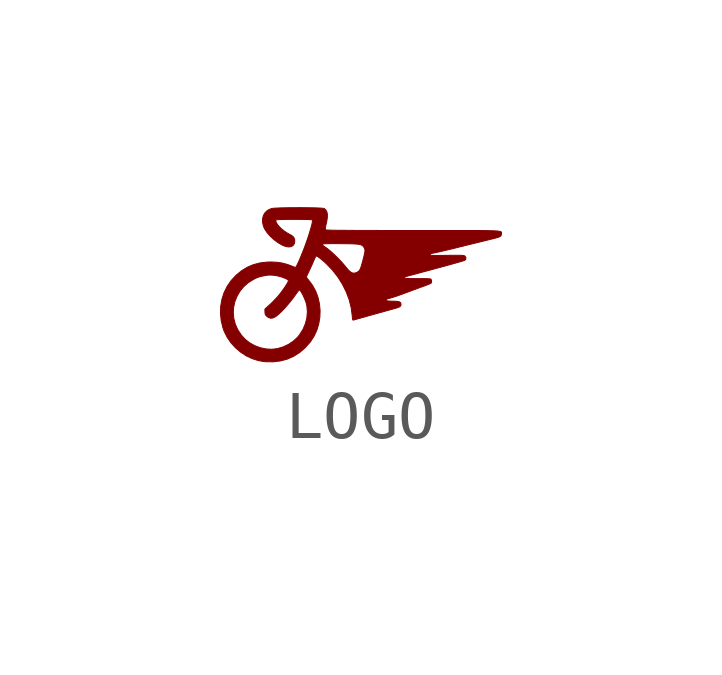
<source format=kicad_sym>
(kicad_symbol_lib
  (version 20210619)
  (generator bitmap2component)
  (symbol "LOGO"
    (pin_names
      (offset 1.016))
    (property "Reference" "#G"
      (at 0 5.305 0)
      (effects (font (size 1.27 1.27)) hide))
    (symbol "LOGO_0_0"
      (polyline (pts (xy -1.542 -1.363) (xy -1.4 -1.325) (xy -1.268 -1.267) (xy -1.144 -1.189) (xy -1.03 -1.091) (xy -0.925 -0.974) (xy -0.919 -0.966) (xy -0.843 -0.85) (xy -0.784 -0.724) (xy -0.744 -0.591) (xy -0.721 -0.454) (xy -0.716 -0.315) (xy -0.729 -0.176) (xy -0.759 -0.041) (xy -0.807 0.089) (xy -0.873 0.21) (xy -0.956 0.321) (xy -0.977 0.345) (xy -0.994 0.37) (xy -1.001 0.384) (xy -1 0.388) (xy -0.992 0.409) (xy -0.978 0.442) (xy -0.958 0.482) (xy -0.943 0.512) (xy -0.917 0.568) (xy -0.889 0.629) (xy -0.864 0.688) (xy -0.844 0.734) (xy -0.825 0.775) (xy -0.811 0.805) (xy -0.803 0.818) (xy -0.8 0.82) (xy -0.786 0.82) (xy -0.764 0.808) (xy -0.731 0.785) (xy -0.686 0.749) (xy -0.627 0.699) (xy -0.58 0.655) (xy -0.456 0.525) (xy -0.345 0.383) (xy -0.25 0.231) (xy -0.171 0.072) (xy -0.11 -0.091) (xy -0.069 -0.256) (xy -0.047 -0.421) (xy -0.046 -0.437) (xy -0.042 -0.478) (xy -0.038 -0.501) (xy -0.032 -0.512) (xy -0.023 -0.512) (xy -0.021 -0.511) (xy 0.004 -0.505) (xy 0.045 -0.493) (xy 0.102 -0.477) (xy 0.17 -0.458) (xy 0.247 -0.436) (xy 0.33 -0.413) (xy 0.415 -0.389) (xy 0.501 -0.365) (xy 0.583 -0.342) (xy 0.66 -0.321) (xy 0.728 -0.302) (xy 0.783 -0.287) (xy 0.824 -0.275) (xy 0.847 -0.269) (xy 0.872 -0.262) (xy 0.919 -0.246) (xy 0.948 -0.23) (xy 0.964 -0.211) (xy 0.968 -0.188) (xy 0.967 -0.169) (xy 0.958 -0.149) (xy 0.94 -0.135) (xy 0.91 -0.126) (xy 0.863 -0.121) (xy 0.797 -0.119) (xy 0.761 -0.118) (xy 0.717 -0.116) (xy 0.689 -0.113) (xy 0.674 -0.109) (xy 0.667 -0.103) (xy 0.665 -0.093) (xy 0.666 -0.087) (xy 0.674 -0.076) (xy 0.694 -0.067) (xy 0.732 -0.058) (xy 0.752 -0.053) (xy 0.794 -0.04) (xy 0.851 -0.022) (xy 0.917 0.001) (xy 0.991 0.027) (xy 1.067 0.055) (xy 1.118 0.074) (xy 1.2 0.105) (xy 1.279 0.134) (xy 1.351 0.161) (xy 1.412 0.183) (xy 1.457 0.199) (xy 1.502 0.216) (xy 1.544 0.233) (xy 1.576 0.246) (xy 1.592 0.255) (xy 1.598 0.262) (xy 1.605 0.288) (xy 1.603 0.318) (xy 1.59 0.34) (xy 1.587 0.342) (xy 1.567 0.346) (xy 1.532 0.349) (xy 1.479 0.351) (xy 1.407 0.351) (xy 1.315 0.351) (xy 1.31 0.351) (xy 1.215 0.351) (xy 1.142 0.352) (xy 1.089 0.354) (xy 1.056 0.357) (xy 1.042 0.361) (xy 1.04 0.364) (xy 1.035 0.372) (xy 1.04 0.38) (xy 1.057 0.388) (xy 1.089 0.399) (xy 1.14 0.413) (xy 1.188 0.425) (xy 1.394 0.481) (xy 1.578 0.53) (xy 1.742 0.575) (xy 1.884 0.613) (xy 2.005 0.647) (xy 2.105 0.675) (xy 2.184 0.697) (xy 2.243 0.715) (xy 2.28 0.726) (xy 2.296 0.733) (xy 2.3 0.735) (xy 2.318 0.761) (xy 2.318 0.791) (xy 2.3 0.819) (xy 2.292 0.824) (xy 2.282 0.829) (xy 2.267 0.832) (xy 2.243 0.834) (xy 2.21 0.836) (xy 2.164 0.836) (xy 2.104 0.836) (xy 2.026 0.836) (xy 1.928 0.835) (xy 1.868 0.834) (xy 1.783 0.833) (xy 1.717 0.833) (xy 1.667 0.833) (xy 1.63 0.834) (xy 1.606 0.835) (xy 1.59 0.838) (xy 1.582 0.842) (xy 1.579 0.847) (xy 1.579 0.853) (xy 1.579 0.858) (xy 1.585 0.869) (xy 1.604 0.876) (xy 1.639 0.882) (xy 1.656 0.885) (xy 1.694 0.893) (xy 1.75 0.905) (xy 1.82 0.921) (xy 1.901 0.94) (xy 1.993 0.962) (xy 2.091 0.986) (xy 2.195 1.012) (xy 2.262 1.028) (xy 2.369 1.055) (xy 2.474 1.081) (xy 2.573 1.105) (xy 2.663 1.127) (xy 2.741 1.146) (xy 2.804 1.162) (xy 2.849 1.173) (xy 2.912 1.188) (xy 2.968 1.204) (xy 3.008 1.217) (xy 3.034 1.23) (xy 3.049 1.244) (xy 3.056 1.261) (xy 3.058 1.281) (xy 3.058 1.283) (xy 3.059 1.292) (xy 3.06 1.3) (xy 3.061 1.308) (xy 3.06 1.315) (xy 3.056 1.321) (xy 3.049 1.326) (xy 3.037 1.331) (xy 3.02 1.335) (xy 2.997 1.339) (xy 2.966 1.342) (xy 2.926 1.344) (xy 2.878 1.347) (xy 2.819 1.348) (xy 2.748 1.35) (xy 2.666 1.351) (xy 2.57 1.352) (xy 2.46 1.352) (xy 2.334 1.353) (xy 2.193 1.353) (xy 2.034 1.353) (xy 1.857 1.353) (xy 1.662 1.353) (xy 0.912 1.353) (xy 0.697 1.353) (xy 0.503 1.353) (xy 0.327 1.354) (xy 0.17 1.354) (xy 0.031 1.354) (xy -0.092 1.355) (xy -0.2 1.356) (xy -0.292 1.356) (xy -0.371 1.357) (xy -0.436 1.358) (xy -0.489 1.359) (xy -0.531 1.361) (xy -0.563 1.362) (xy -0.585 1.363) (xy -0.598 1.365) (xy -0.603 1.367) (xy -0.606 1.375) (xy -0.607 1.398) (xy -0.601 1.437) (xy -0.588 1.495) (xy -0.577 1.544) (xy -0.565 1.623) (xy -0.564 1.687) (xy -0.574 1.738) (xy -0.596 1.778) (xy -0.63 1.81) (xy -0.644 1.813) (xy -0.678 1.817) (xy -0.729 1.82) (xy -0.794 1.823) (xy -0.871 1.825) (xy -0.957 1.826) (xy -1.049 1.827) (xy -1.145 1.828) (xy -1.241 1.827) (xy -1.336 1.827) (xy -1.427 1.825) (xy -1.51 1.824) (xy -1.584 1.821) (xy -1.645 1.818) (xy -1.691 1.815) (xy -1.72 1.811) (xy -1.742 1.804) (xy -1.808 1.773) (xy -1.859 1.727) (xy -1.894 1.669) (xy -1.913 1.6) (xy -1.914 1.525) (xy -1.896 1.444) (xy -1.869 1.383) (xy -1.819 1.308) (xy -1.754 1.234) (xy -1.677 1.163) (xy -1.591 1.099) (xy -1.499 1.046) (xy -1.488 1.041) (xy -1.422 1.017) (xy -1.363 1.01) (xy -1.314 1.018) (xy -1.276 1.042) (xy -1.252 1.079) (xy -1.243 1.131) (xy -1.247 1.171) (xy -1.264 1.21) (xy -1.296 1.242) (xy -1.348 1.271) (xy -1.402 1.301) (xy -1.46 1.339) (xy -1.514 1.382) (xy -1.561 1.427) (xy -1.599 1.471) (xy -1.625 1.512) (xy -1.638 1.546) (xy -1.634 1.573) (xy -1.623 1.575) (xy -1.593 1.578) (xy -1.547 1.58) (xy -1.488 1.582) (xy -1.419 1.583) (xy -1.344 1.584) (xy -1.265 1.584) (xy -1.186 1.584) (xy -1.11 1.583) (xy -1.04 1.583) (xy -0.979 1.581) (xy -0.93 1.579) (xy -0.896 1.577) (xy -0.881 1.574) (xy -0.876 1.566) (xy -0.875 1.545) (xy -0.88 1.512) (xy -0.891 1.463) (xy -0.909 1.399) (xy -0.933 1.317) (xy -0.965 1.216) (xy -0.981 1.169) (xy -1.007 1.094) (xy -1.018 1.064) (xy -0.669 1.064) (xy -0.668 1.065) (xy -0.663 1.069) (xy -0.65 1.073) (xy -0.629 1.075) (xy -0.596 1.077) (xy -0.549 1.078) (xy -0.487 1.079) (xy -0.408 1.079) (xy -0.308 1.079) (xy -0.254 1.078) (xy -0.15 1.077) (xy -0.066 1.076) (xy 0.003 1.073) (xy 0.057 1.069) (xy 0.098 1.064) (xy 0.13 1.056) (xy 0.153 1.046) (xy 0.171 1.033) (xy 0.186 1.017) (xy 0.199 0.998) (xy 0.209 0.979) (xy 0.215 0.96) (xy 0.218 0.937) (xy 0.216 0.908) (xy 0.208 0.868) (xy 0.196 0.814) (xy 0.178 0.742) (xy 0.161 0.679) (xy 0.143 0.617) (xy 0.128 0.571) (xy 0.113 0.538) (xy 0.096 0.514) (xy 0.078 0.498) (xy 0.055 0.484) (xy 0.029 0.472) (xy -0.011 0.464) (xy -0.048 0.47) (xy -0.086 0.492) (xy -0.128 0.531) (xy -0.177 0.589) (xy -0.204 0.622) (xy -0.272 0.701) (xy -0.347 0.779) (xy -0.424 0.854) (xy -0.499 0.922) (xy -0.569 0.979) (xy -0.631 1.022) (xy -0.641 1.029) (xy -0.662 1.048) (xy -0.669 1.064) (xy -1.018 1.064) (xy -1.035 1.016) (xy -1.066 0.936) (xy -1.097 0.859) (xy -1.127 0.786) (xy -1.155 0.72) (xy -1.181 0.664) (xy -1.202 0.621) (xy -1.219 0.593) (xy -1.229 0.583) (xy -1.23 0.583) (xy -1.247 0.589) (xy -1.278 0.6) (xy -1.316 0.616) (xy -1.396 0.646) (xy -1.502 0.674) (xy -1.613 0.691) (xy -1.738 0.697) (xy -1.816 0.695) (xy -1.964 0.678) (xy -2.103 0.642) (xy -2.231 0.588) (xy -2.353 0.513) (xy -2.468 0.418) (xy -2.471 0.415) (xy -2.57 0.307) (xy -2.652 0.186) (xy -2.716 0.057) (xy -2.76 -0.081) (xy -2.785 -0.224) (xy -2.789 -0.346) (xy -2.523 -0.346) (xy -2.517 -0.255) (xy -2.492 -0.133) (xy -2.446 -0.018) (xy -2.384 0.089) (xy -2.305 0.185) (xy -2.211 0.267) (xy -2.104 0.334) (xy -2.086 0.343) (xy -2.041 0.365) (xy -2 0.381) (xy -1.956 0.394) (xy -1.904 0.406) (xy -1.837 0.419) (xy -1.797 0.425) (xy -1.713 0.424) (xy -1.621 0.412) (xy -1.528 0.389) (xy -1.438 0.355) (xy -1.407 0.34) (xy -1.383 0.322) (xy -1.375 0.306) (xy -1.377 0.297) (xy -1.39 0.269) (xy -1.414 0.229) (xy -1.444 0.182) (xy -1.48 0.13) (xy -1.519 0.076) (xy -1.558 0.025) (xy -1.595 -0.02) (xy -1.62 -0.047) (xy -1.667 -0.097) (xy -1.718 -0.149) (xy -1.767 -0.195) (xy -1.865 -0.284) (xy -1.864 -0.342) (xy -1.863 -0.358) (xy -1.859 -0.389) (xy -1.847 -0.411) (xy -1.823 -0.436) (xy -1.79 -0.46) (xy -1.742 -0.474) (xy -1.692 -0.467) (xy -1.638 -0.438) (xy -1.585 -0.396) (xy -1.516 -0.331) (xy -1.442 -0.253) (xy -1.365 -0.164) (xy -1.289 -0.069) (xy -1.216 0.031) (xy -1.205 0.047) (xy -1.179 0.083) (xy -1.162 0.103) (xy -1.151 0.112) (xy -1.141 0.111) (xy -1.131 0.103) (xy -1.122 0.092) (xy -1.1 0.059) (xy -1.075 0.013) (xy -1.05 -0.041) (xy -1.027 -0.096) (xy -1.008 -0.149) (xy -0.996 -0.193) (xy -0.991 -0.217) (xy -0.981 -0.34) (xy -0.991 -0.465) (xy -1.022 -0.587) (xy -1.072 -0.705) (xy -1.142 -0.816) (xy -1.183 -0.867) (xy -1.271 -0.949) (xy -1.373 -1.018) (xy -1.486 -1.071) (xy -1.605 -1.106) (xy -1.608 -1.107) (xy -1.724 -1.12) (xy -1.842 -1.113) (xy -1.96 -1.088) (xy -2.073 -1.046) (xy -2.179 -0.988) (xy -2.274 -0.914) (xy -2.353 -0.828) (xy -2.354 -0.827) (xy -2.428 -0.715) (xy -2.481 -0.598) (xy -2.513 -0.475) (xy -2.523 -0.346) (xy -2.789 -0.346) (xy -2.79 -0.371) (xy -2.775 -0.521) (xy -2.739 -0.671) (xy -2.712 -0.747) (xy -2.65 -0.871) (xy -2.571 -0.986) (xy -2.476 -1.09) (xy -2.369 -1.181) (xy -2.252 -1.257) (xy -2.126 -1.316) (xy -1.995 -1.357) (xy -1.859 -1.379) (xy -1.854 -1.379) (xy -1.693 -1.381) (xy -1.542 -1.363)) (stroke (width 0.01)) (fill (type outline))))))
</source>
